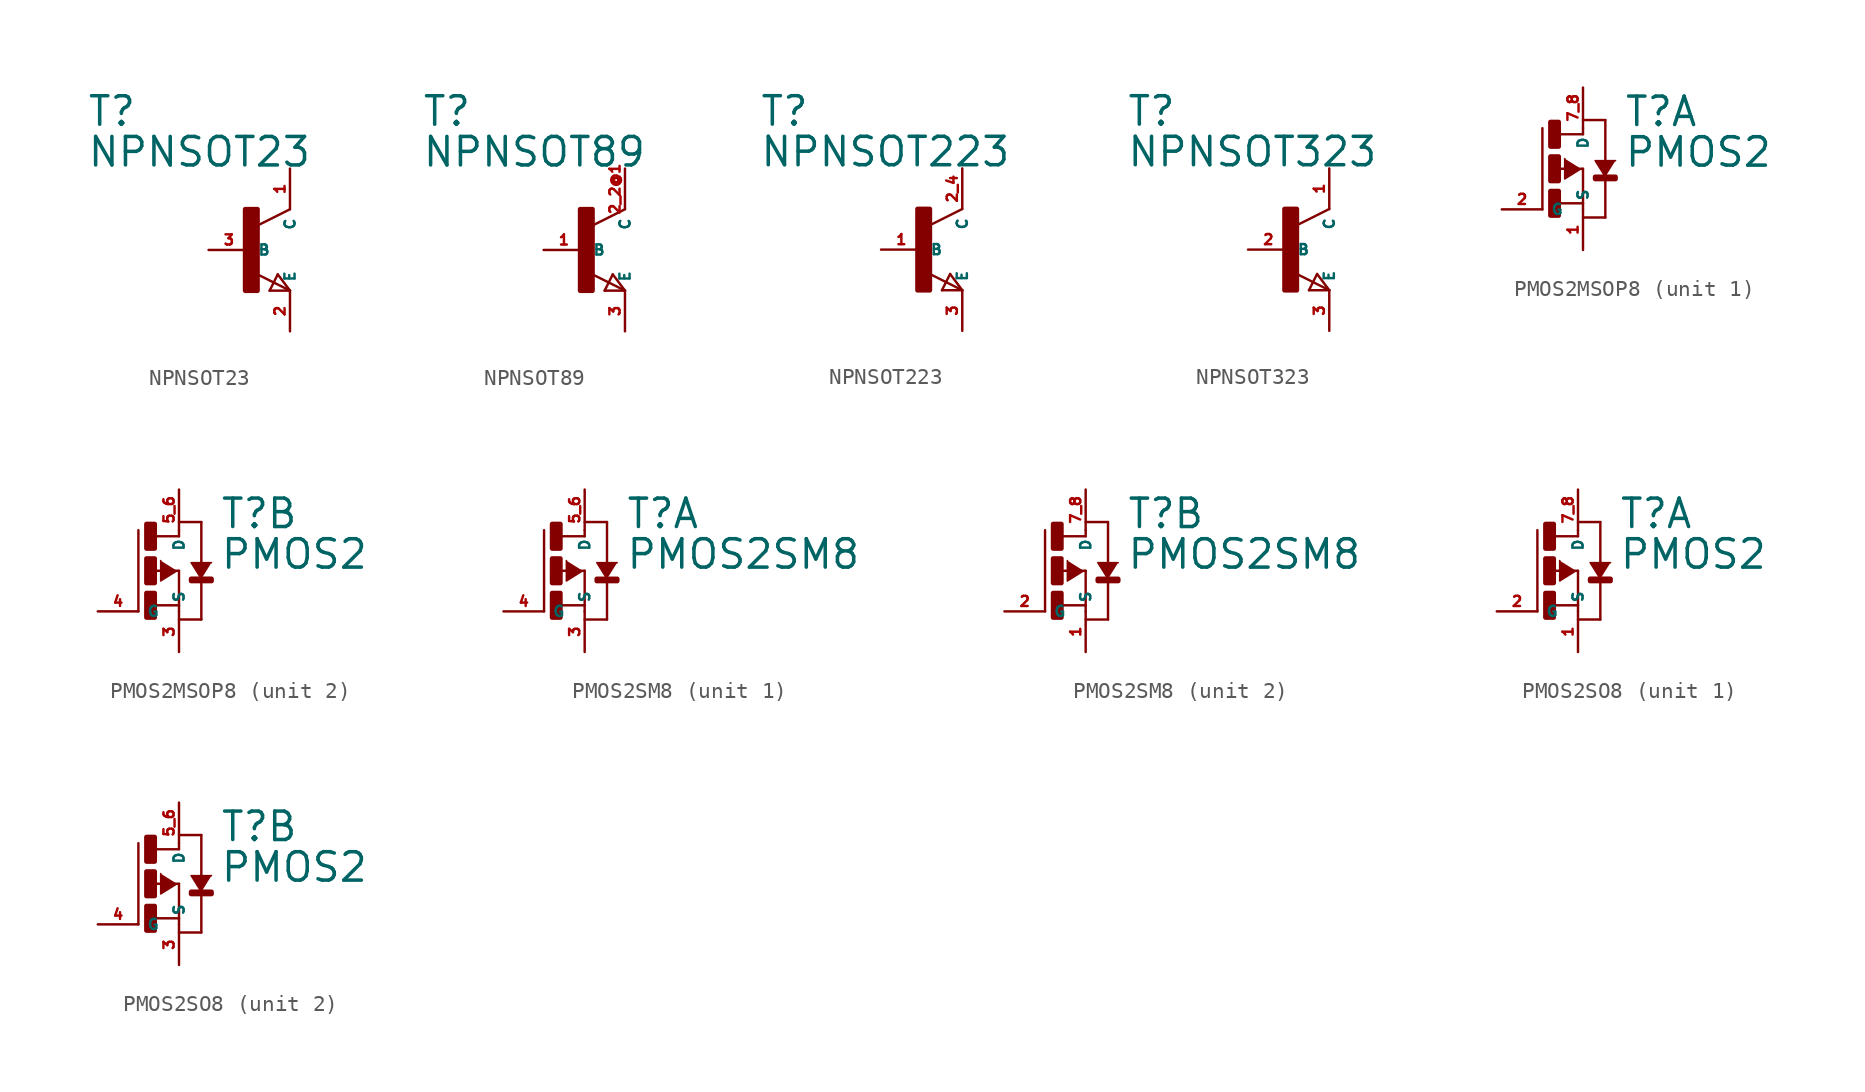
<source format=kicad_sym>
(kicad_symbol_lib
  (version 20220914)
  (generator Eagle2Kicad)
  (symbol "NPNSOT23"
    (property "Reference" "T"
      (at -10.16 7.62 0)
      (effects (font (size 1.778 1.778) (thickness 0.22)) (justify left bottom)))
    (property "Value" "NPNSOT23"
      (at -10.16 5.08 0)
      (effects (font (size 1.778 1.778) (thickness 0.22)) (justify left bottom)))
    (polyline
      (pts (xy 2.54 2.54) (xy 0.508 1.524))
      (stroke (width 0.152) (type default))
      (fill (type none)))
    (polyline
      (pts (xy 2.54 -2.54) (xy 0.508 -1.524))
      (stroke (width 0.152) (type default))
      (fill (type none)))
    (polyline
      (pts (xy 1.778 -1.524) (xy 2.54 -2.54))
      (stroke (width 0.152) (type default))
      (fill (type none)))
    (polyline
      (pts (xy 2.54 -2.54) (xy 1.27 -2.54))
      (stroke (width 0.152) (type default))
      (fill (type none)))
    (polyline
      (pts (xy 1.27 -2.54) (xy 1.778 -1.524))
      (stroke (width 0.152) (type default))
      (fill (type none)))
    (rectangle
      (start -0.254 -2.54)
      (end 0.508 2.54)
      (stroke (width 0.3) (type default))
      (fill (type outline)))
    (pin passive line
      (at -2.54 0 0)
      (length 2.54)
      (name "B" (effects (font (size 0.635 0.635) (thickness 0.08)) (justify left bottom)))
      (number "3" (effects (font (size 0.635 0.635) (thickness 0.08)) (justify left bottom))))
    (pin passive line
      (at 2.54 -5.08 90)
      (length 2.54)
      (name "E" (effects (font (size 0.635 0.635) (thickness 0.08)) (justify left bottom)))
      (number "2" (effects (font (size 0.635 0.635) (thickness 0.08)) (justify left bottom))))
    (pin passive line
      (at 2.54 5.08 270)
      (length 2.54)
      (name "C" (effects (font (size 0.635 0.635) (thickness 0.08)) (justify left bottom)))
      (number "1" (effects (font (size 0.635 0.635) (thickness 0.08)) (justify left bottom)))))
  (symbol "NPNSOT89"
    (property "Reference" "T"
      (at -10.16 7.62 0)
      (effects (font (size 1.778 1.778) (thickness 0.22)) (justify left bottom)))
    (property "Value" "NPNSOT89"
      (at -10.16 5.08 0)
      (effects (font (size 1.778 1.778) (thickness 0.22)) (justify left bottom)))
    (polyline
      (pts (xy 2.54 2.54) (xy 0.508 1.524))
      (stroke (width 0.152) (type default))
      (fill (type none)))
    (polyline
      (pts (xy 2.54 -2.54) (xy 0.508 -1.524))
      (stroke (width 0.152) (type default))
      (fill (type none)))
    (polyline
      (pts (xy 1.778 -1.524) (xy 2.54 -2.54))
      (stroke (width 0.152) (type default))
      (fill (type none)))
    (polyline
      (pts (xy 2.54 -2.54) (xy 1.27 -2.54))
      (stroke (width 0.152) (type default))
      (fill (type none)))
    (polyline
      (pts (xy 1.27 -2.54) (xy 1.778 -1.524))
      (stroke (width 0.152) (type default))
      (fill (type none)))
    (rectangle
      (start -0.254 -2.54)
      (end 0.508 2.54)
      (stroke (width 0.3) (type default))
      (fill (type outline)))
    (pin passive line
      (at -2.54 0 0)
      (length 2.54)
      (name "B" (effects (font (size 0.635 0.635) (thickness 0.08)) (justify left bottom)))
      (number "1" (effects (font (size 0.635 0.635) (thickness 0.08)) (justify left bottom))))
    (pin passive line
      (at 2.54 -5.08 90)
      (length 2.54)
      (name "E" (effects (font (size 0.635 0.635) (thickness 0.08)) (justify left bottom)))
      (number "3" (effects (font (size 0.635 0.635) (thickness 0.08)) (justify left bottom))))
    (pin passive line
      (at 2.54 5.08 270)
      (length 2.54)
      (name "C" (effects (font (size 0.635 0.635) (thickness 0.08)) (justify left bottom)))
      (number "2 2@1" (effects (font (size 0.635 0.635) (thickness 0.08)) (justify left bottom)))))
  (symbol "NPNSOT223"
    (property "Reference" "T"
      (at -10.16 7.62 0)
      (effects (font (size 1.778 1.778) (thickness 0.22)) (justify left bottom)))
    (property "Value" "NPNSOT223"
      (at -10.16 5.08 0)
      (effects (font (size 1.778 1.778) (thickness 0.22)) (justify left bottom)))
    (polyline
      (pts (xy 2.54 2.54) (xy 0.508 1.524))
      (stroke (width 0.152) (type default))
      (fill (type none)))
    (polyline
      (pts (xy 2.54 -2.54) (xy 0.508 -1.524))
      (stroke (width 0.152) (type default))
      (fill (type none)))
    (polyline
      (pts (xy 1.778 -1.524) (xy 2.54 -2.54))
      (stroke (width 0.152) (type default))
      (fill (type none)))
    (polyline
      (pts (xy 2.54 -2.54) (xy 1.27 -2.54))
      (stroke (width 0.152) (type default))
      (fill (type none)))
    (polyline
      (pts (xy 1.27 -2.54) (xy 1.778 -1.524))
      (stroke (width 0.152) (type default))
      (fill (type none)))
    (rectangle
      (start -0.254 -2.54)
      (end 0.508 2.54)
      (stroke (width 0.3) (type default))
      (fill (type outline)))
    (pin passive line
      (at -2.54 0 0)
      (length 2.54)
      (name "B" (effects (font (size 0.635 0.635) (thickness 0.08)) (justify left bottom)))
      (number "1" (effects (font (size 0.635 0.635) (thickness 0.08)) (justify left bottom))))
    (pin passive line
      (at 2.54 -5.08 90)
      (length 2.54)
      (name "E" (effects (font (size 0.635 0.635) (thickness 0.08)) (justify left bottom)))
      (number "3" (effects (font (size 0.635 0.635) (thickness 0.08)) (justify left bottom))))
    (pin passive line
      (at 2.54 5.08 270)
      (length 2.54)
      (name "C" (effects (font (size 0.635 0.635) (thickness 0.08)) (justify left bottom)))
      (number "2 4" (effects (font (size 0.635 0.635) (thickness 0.08)) (justify left bottom)))))
  (symbol "NPNSOT323"
    (property "Reference" "T"
      (at -10.16 7.62 0)
      (effects (font (size 1.778 1.778) (thickness 0.22)) (justify left bottom)))
    (property "Value" "NPNSOT323"
      (at -10.16 5.08 0)
      (effects (font (size 1.778 1.778) (thickness 0.22)) (justify left bottom)))
    (polyline
      (pts (xy 2.54 2.54) (xy 0.508 1.524))
      (stroke (width 0.152) (type default))
      (fill (type none)))
    (polyline
      (pts (xy 2.54 -2.54) (xy 0.508 -1.524))
      (stroke (width 0.152) (type default))
      (fill (type none)))
    (polyline
      (pts (xy 1.778 -1.524) (xy 2.54 -2.54))
      (stroke (width 0.152) (type default))
      (fill (type none)))
    (polyline
      (pts (xy 2.54 -2.54) (xy 1.27 -2.54))
      (stroke (width 0.152) (type default))
      (fill (type none)))
    (polyline
      (pts (xy 1.27 -2.54) (xy 1.778 -1.524))
      (stroke (width 0.152) (type default))
      (fill (type none)))
    (rectangle
      (start -0.254 -2.54)
      (end 0.508 2.54)
      (stroke (width 0.3) (type default))
      (fill (type outline)))
    (pin passive line
      (at -2.54 0 0)
      (length 2.54)
      (name "B" (effects (font (size 0.635 0.635) (thickness 0.08)) (justify left bottom)))
      (number "2" (effects (font (size 0.635 0.635) (thickness 0.08)) (justify left bottom))))
    (pin passive line
      (at 2.54 -5.08 90)
      (length 2.54)
      (name "E" (effects (font (size 0.635 0.635) (thickness 0.08)) (justify left bottom)))
      (number "3" (effects (font (size 0.635 0.635) (thickness 0.08)) (justify left bottom))))
    (pin passive line
      (at 2.54 5.08 270)
      (length 2.54)
      (name "C" (effects (font (size 0.635 0.635) (thickness 0.08)) (justify left bottom)))
      (number "1" (effects (font (size 0.635 0.635) (thickness 0.08)) (justify left bottom)))))
  (symbol "PMOS2MSOP8"
    (property "Reference" "T"
      (at 2.54 2.54 0)
      (effects (font (size 1.778 1.778) (thickness 0.22)) (justify left bottom)))
    (property "Value" "PMOS2"
      (at 2.54 0 0)
      (effects (font (size 1.778 1.778) (thickness 0.22)) (justify left bottom)))
    (symbol "PMOS2MSOP8_1_0"
      (polyline (pts (xy -0.127 0) (xy -1.143 -0.635) (xy -1.143 0.635)) (stroke (width 0.102) (type default)) (fill (type outline)))
      (polyline (pts (xy 1.397 -0.508) (xy 0.762 0.508) (xy 2.032 0.508)) (stroke (width 0.102) (type default)) (fill (type outline)))
      (polyline (pts (xy -1.651 0) (xy 0 0)) (stroke (width 0.152) (type default)) (fill (type none)))
      (polyline (pts (xy -1.524 -2.159) (xy 0 -2.159)) (stroke (width 0.152) (type default)) (fill (type none)))
      (polyline (pts (xy -2.54 -2.54) (xy -2.54 2.54)) (stroke (width 0.152) (type default)) (fill (type none)))
      (polyline (pts (xy 0 0) (xy 0 -2.159)) (stroke (width 0.152) (type default)) (fill (type none)))
      (polyline (pts (xy 1.397 -0.508) (xy 1.397 -3.048)) (stroke (width 0.152) (type default)) (fill (type none)))
      (polyline (pts (xy 1.397 -3.048) (xy 0 -3.048)) (stroke (width 0.152) (type default)) (fill (type none)))
      (polyline (pts (xy -1.524 2.159) (xy 0 2.159)) (stroke (width 0.152) (type default)) (fill (type none)))
      (polyline (pts (xy 0 2.159) (xy 0 2.54)) (stroke (width 0.152) (type default)) (fill (type none)))
      (polyline (pts (xy 0 3.048) (xy 1.397 3.048)) (stroke (width 0.152) (type default)) (fill (type none)))
      (polyline (pts (xy 1.397 3.048) (xy 1.397 0.381)) (stroke (width 0.152) (type default)) (fill (type none)))
      (polyline (pts (xy 0 -2.159) (xy 0 -2.54)) (stroke (width 0.152) (type default)) (fill (type none)))
      (rectangle (start -2.032 1.397) (end -1.524 2.921) (stroke (width 0.3) (type default)) (fill (type outline)))
      (rectangle (start -2.032 -0.762) (end -1.524 0.762) (stroke (width 0.3) (type default)) (fill (type outline)))
      (rectangle (start -2.032 -2.921) (end -1.524 -1.397) (stroke (width 0.3) (type default)) (fill (type outline)))
      (rectangle (start 0.762 -0.635) (end 2.032 -0.508) (stroke (width 0.3) (type default)) (fill (type outline)))
      (pin passive line (at 0 5.08 270) (length 2.54) (name "D" (effects (font (size 0.635 0.635) (thickness 0.08)) (justify left bottom))) (number "7 8" (effects (font (size 0.635 0.635) (thickness 0.08)) (justify left bottom))))
      (pin passive line (at 0 -5.08 90) (length 2.54) (name "S" (effects (font (size 0.635 0.635) (thickness 0.08)) (justify left bottom))) (number "1" (effects (font (size 0.635 0.635) (thickness 0.08)) (justify left bottom))))
      (pin passive line (at -5.08 -2.54 0) (length 2.54) (name "G" (effects (font (size 0.635 0.635) (thickness 0.08)) (justify left bottom))) (number "2" (effects (font (size 0.635 0.635) (thickness 0.08)) (justify left bottom)))))
    (symbol "PMOS2MSOP8_2_0"
      (polyline (pts (xy -0.127 0) (xy -1.143 -0.635) (xy -1.143 0.635)) (stroke (width 0.102) (type default)) (fill (type outline)))
      (polyline (pts (xy 1.397 -0.508) (xy 0.762 0.508) (xy 2.032 0.508)) (stroke (width 0.102) (type default)) (fill (type outline)))
      (polyline (pts (xy -1.651 0) (xy 0 0)) (stroke (width 0.152) (type default)) (fill (type none)))
      (polyline (pts (xy -1.524 -2.159) (xy 0 -2.159)) (stroke (width 0.152) (type default)) (fill (type none)))
      (polyline (pts (xy -2.54 -2.54) (xy -2.54 2.54)) (stroke (width 0.152) (type default)) (fill (type none)))
      (polyline (pts (xy 0 0) (xy 0 -2.159)) (stroke (width 0.152) (type default)) (fill (type none)))
      (polyline (pts (xy 1.397 -0.508) (xy 1.397 -3.048)) (stroke (width 0.152) (type default)) (fill (type none)))
      (polyline (pts (xy 1.397 -3.048) (xy 0 -3.048)) (stroke (width 0.152) (type default)) (fill (type none)))
      (polyline (pts (xy -1.524 2.159) (xy 0 2.159)) (stroke (width 0.152) (type default)) (fill (type none)))
      (polyline (pts (xy 0 2.159) (xy 0 2.54)) (stroke (width 0.152) (type default)) (fill (type none)))
      (polyline (pts (xy 0 3.048) (xy 1.397 3.048)) (stroke (width 0.152) (type default)) (fill (type none)))
      (polyline (pts (xy 1.397 3.048) (xy 1.397 0.381)) (stroke (width 0.152) (type default)) (fill (type none)))
      (polyline (pts (xy 0 -2.159) (xy 0 -2.54)) (stroke (width 0.152) (type default)) (fill (type none)))
      (rectangle (start -2.032 1.397) (end -1.524 2.921) (stroke (width 0.3) (type default)) (fill (type outline)))
      (rectangle (start -2.032 -0.762) (end -1.524 0.762) (stroke (width 0.3) (type default)) (fill (type outline)))
      (rectangle (start -2.032 -2.921) (end -1.524 -1.397) (stroke (width 0.3) (type default)) (fill (type outline)))
      (rectangle (start 0.762 -0.635) (end 2.032 -0.508) (stroke (width 0.3) (type default)) (fill (type outline)))
      (pin passive line (at 0 5.08 270) (length 2.54) (name "D" (effects (font (size 0.635 0.635) (thickness 0.08)) (justify left bottom))) (number "5 6" (effects (font (size 0.635 0.635) (thickness 0.08)) (justify left bottom))))
      (pin passive line (at 0 -5.08 90) (length 2.54) (name "S" (effects (font (size 0.635 0.635) (thickness 0.08)) (justify left bottom))) (number "3" (effects (font (size 0.635 0.635) (thickness 0.08)) (justify left bottom))))
      (pin passive line (at -5.08 -2.54 0) (length 2.54) (name "G" (effects (font (size 0.635 0.635) (thickness 0.08)) (justify left bottom))) (number "4" (effects (font (size 0.635 0.635) (thickness 0.08)) (justify left bottom))))))
  (symbol "PMOS2SM8"
    (property "Reference" "T"
      (at 2.54 2.54 0)
      (effects (font (size 1.778 1.778) (thickness 0.22)) (justify left bottom)))
    (property "Value" "PMOS2SM8"
      (at 2.54 0 0)
      (effects (font (size 1.778 1.778) (thickness 0.22)) (justify left bottom)))
    (symbol "PMOS2SM8_1_0"
      (polyline (pts (xy -0.127 0) (xy -1.143 -0.635) (xy -1.143 0.635)) (stroke (width 0.102) (type default)) (fill (type outline)))
      (polyline (pts (xy 1.397 -0.508) (xy 0.762 0.508) (xy 2.032 0.508)) (stroke (width 0.102) (type default)) (fill (type outline)))
      (polyline (pts (xy -1.651 0) (xy 0 0)) (stroke (width 0.152) (type default)) (fill (type none)))
      (polyline (pts (xy -1.524 -2.159) (xy 0 -2.159)) (stroke (width 0.152) (type default)) (fill (type none)))
      (polyline (pts (xy -2.54 -2.54) (xy -2.54 2.54)) (stroke (width 0.152) (type default)) (fill (type none)))
      (polyline (pts (xy 0 0) (xy 0 -2.159)) (stroke (width 0.152) (type default)) (fill (type none)))
      (polyline (pts (xy 1.397 -0.508) (xy 1.397 -3.048)) (stroke (width 0.152) (type default)) (fill (type none)))
      (polyline (pts (xy 1.397 -3.048) (xy 0 -3.048)) (stroke (width 0.152) (type default)) (fill (type none)))
      (polyline (pts (xy -1.524 2.159) (xy 0 2.159)) (stroke (width 0.152) (type default)) (fill (type none)))
      (polyline (pts (xy 0 2.159) (xy 0 2.54)) (stroke (width 0.152) (type default)) (fill (type none)))
      (polyline (pts (xy 0 3.048) (xy 1.397 3.048)) (stroke (width 0.152) (type default)) (fill (type none)))
      (polyline (pts (xy 1.397 3.048) (xy 1.397 0.381)) (stroke (width 0.152) (type default)) (fill (type none)))
      (polyline (pts (xy 0 -2.159) (xy 0 -2.54)) (stroke (width 0.152) (type default)) (fill (type none)))
      (rectangle (start -2.032 1.397) (end -1.524 2.921) (stroke (width 0.3) (type default)) (fill (type outline)))
      (rectangle (start -2.032 -0.762) (end -1.524 0.762) (stroke (width 0.3) (type default)) (fill (type outline)))
      (rectangle (start -2.032 -2.921) (end -1.524 -1.397) (stroke (width 0.3) (type default)) (fill (type outline)))
      (rectangle (start 0.762 -0.635) (end 2.032 -0.508) (stroke (width 0.3) (type default)) (fill (type outline)))
      (pin passive line (at 0 5.08 270) (length 2.54) (name "D" (effects (font (size 0.635 0.635) (thickness 0.08)) (justify left bottom))) (number "5 6" (effects (font (size 0.635 0.635) (thickness 0.08)) (justify left bottom))))
      (pin passive line (at 0 -5.08 90) (length 2.54) (name "S" (effects (font (size 0.635 0.635) (thickness 0.08)) (justify left bottom))) (number "3" (effects (font (size 0.635 0.635) (thickness 0.08)) (justify left bottom))))
      (pin passive line (at -5.08 -2.54 0) (length 2.54) (name "G" (effects (font (size 0.635 0.635) (thickness 0.08)) (justify left bottom))) (number "4" (effects (font (size 0.635 0.635) (thickness 0.08)) (justify left bottom)))))
    (symbol "PMOS2SM8_2_0"
      (polyline (pts (xy -0.127 0) (xy -1.143 -0.635) (xy -1.143 0.635)) (stroke (width 0.102) (type default)) (fill (type outline)))
      (polyline (pts (xy 1.397 -0.508) (xy 0.762 0.508) (xy 2.032 0.508)) (stroke (width 0.102) (type default)) (fill (type outline)))
      (polyline (pts (xy -1.651 0) (xy 0 0)) (stroke (width 0.152) (type default)) (fill (type none)))
      (polyline (pts (xy -1.524 -2.159) (xy 0 -2.159)) (stroke (width 0.152) (type default)) (fill (type none)))
      (polyline (pts (xy -2.54 -2.54) (xy -2.54 2.54)) (stroke (width 0.152) (type default)) (fill (type none)))
      (polyline (pts (xy 0 0) (xy 0 -2.159)) (stroke (width 0.152) (type default)) (fill (type none)))
      (polyline (pts (xy 1.397 -0.508) (xy 1.397 -3.048)) (stroke (width 0.152) (type default)) (fill (type none)))
      (polyline (pts (xy 1.397 -3.048) (xy 0 -3.048)) (stroke (width 0.152) (type default)) (fill (type none)))
      (polyline (pts (xy -1.524 2.159) (xy 0 2.159)) (stroke (width 0.152) (type default)) (fill (type none)))
      (polyline (pts (xy 0 2.159) (xy 0 2.54)) (stroke (width 0.152) (type default)) (fill (type none)))
      (polyline (pts (xy 0 3.048) (xy 1.397 3.048)) (stroke (width 0.152) (type default)) (fill (type none)))
      (polyline (pts (xy 1.397 3.048) (xy 1.397 0.381)) (stroke (width 0.152) (type default)) (fill (type none)))
      (polyline (pts (xy 0 -2.159) (xy 0 -2.54)) (stroke (width 0.152) (type default)) (fill (type none)))
      (rectangle (start -2.032 1.397) (end -1.524 2.921) (stroke (width 0.3) (type default)) (fill (type outline)))
      (rectangle (start -2.032 -0.762) (end -1.524 0.762) (stroke (width 0.3) (type default)) (fill (type outline)))
      (rectangle (start -2.032 -2.921) (end -1.524 -1.397) (stroke (width 0.3) (type default)) (fill (type outline)))
      (rectangle (start 0.762 -0.635) (end 2.032 -0.508) (stroke (width 0.3) (type default)) (fill (type outline)))
      (pin passive line (at 0 5.08 270) (length 2.54) (name "D" (effects (font (size 0.635 0.635) (thickness 0.08)) (justify left bottom))) (number "7 8" (effects (font (size 0.635 0.635) (thickness 0.08)) (justify left bottom))))
      (pin passive line (at 0 -5.08 90) (length 2.54) (name "S" (effects (font (size 0.635 0.635) (thickness 0.08)) (justify left bottom))) (number "1" (effects (font (size 0.635 0.635) (thickness 0.08)) (justify left bottom))))
      (pin passive line (at -5.08 -2.54 0) (length 2.54) (name "G" (effects (font (size 0.635 0.635) (thickness 0.08)) (justify left bottom))) (number "2" (effects (font (size 0.635 0.635) (thickness 0.08)) (justify left bottom))))))
  (symbol "PMOS2SO8"
    (property "Reference" "T"
      (at 2.54 2.54 0)
      (effects (font (size 1.778 1.778) (thickness 0.22)) (justify left bottom)))
    (property "Value" "PMOS2"
      (at 2.54 0 0)
      (effects (font (size 1.778 1.778) (thickness 0.22)) (justify left bottom)))
    (symbol "PMOS2SO8_1_0"
      (polyline (pts (xy -0.127 0) (xy -1.143 -0.635) (xy -1.143 0.635)) (stroke (width 0.102) (type default)) (fill (type outline)))
      (polyline (pts (xy 1.397 -0.508) (xy 0.762 0.508) (xy 2.032 0.508)) (stroke (width 0.102) (type default)) (fill (type outline)))
      (polyline (pts (xy -1.651 0) (xy 0 0)) (stroke (width 0.152) (type default)) (fill (type none)))
      (polyline (pts (xy -1.524 -2.159) (xy 0 -2.159)) (stroke (width 0.152) (type default)) (fill (type none)))
      (polyline (pts (xy -2.54 -2.54) (xy -2.54 2.54)) (stroke (width 0.152) (type default)) (fill (type none)))
      (polyline (pts (xy 0 0) (xy 0 -2.159)) (stroke (width 0.152) (type default)) (fill (type none)))
      (polyline (pts (xy 1.397 -0.508) (xy 1.397 -3.048)) (stroke (width 0.152) (type default)) (fill (type none)))
      (polyline (pts (xy 1.397 -3.048) (xy 0 -3.048)) (stroke (width 0.152) (type default)) (fill (type none)))
      (polyline (pts (xy -1.524 2.159) (xy 0 2.159)) (stroke (width 0.152) (type default)) (fill (type none)))
      (polyline (pts (xy 0 2.159) (xy 0 2.54)) (stroke (width 0.152) (type default)) (fill (type none)))
      (polyline (pts (xy 0 3.048) (xy 1.397 3.048)) (stroke (width 0.152) (type default)) (fill (type none)))
      (polyline (pts (xy 1.397 3.048) (xy 1.397 0.381)) (stroke (width 0.152) (type default)) (fill (type none)))
      (polyline (pts (xy 0 -2.159) (xy 0 -2.54)) (stroke (width 0.152) (type default)) (fill (type none)))
      (rectangle (start -2.032 1.397) (end -1.524 2.921) (stroke (width 0.3) (type default)) (fill (type outline)))
      (rectangle (start -2.032 -0.762) (end -1.524 0.762) (stroke (width 0.3) (type default)) (fill (type outline)))
      (rectangle (start -2.032 -2.921) (end -1.524 -1.397) (stroke (width 0.3) (type default)) (fill (type outline)))
      (rectangle (start 0.762 -0.635) (end 2.032 -0.508) (stroke (width 0.3) (type default)) (fill (type outline)))
      (pin passive line (at 0 5.08 270) (length 2.54) (name "D" (effects (font (size 0.635 0.635) (thickness 0.08)) (justify left bottom))) (number "7 8" (effects (font (size 0.635 0.635) (thickness 0.08)) (justify left bottom))))
      (pin passive line (at 0 -5.08 90) (length 2.54) (name "S" (effects (font (size 0.635 0.635) (thickness 0.08)) (justify left bottom))) (number "1" (effects (font (size 0.635 0.635) (thickness 0.08)) (justify left bottom))))
      (pin passive line (at -5.08 -2.54 0) (length 2.54) (name "G" (effects (font (size 0.635 0.635) (thickness 0.08)) (justify left bottom))) (number "2" (effects (font (size 0.635 0.635) (thickness 0.08)) (justify left bottom)))))
    (symbol "PMOS2SO8_2_0"
      (polyline (pts (xy -0.127 0) (xy -1.143 -0.635) (xy -1.143 0.635)) (stroke (width 0.102) (type default)) (fill (type outline)))
      (polyline (pts (xy 1.397 -0.508) (xy 0.762 0.508) (xy 2.032 0.508)) (stroke (width 0.102) (type default)) (fill (type outline)))
      (polyline (pts (xy -1.651 0) (xy 0 0)) (stroke (width 0.152) (type default)) (fill (type none)))
      (polyline (pts (xy -1.524 -2.159) (xy 0 -2.159)) (stroke (width 0.152) (type default)) (fill (type none)))
      (polyline (pts (xy -2.54 -2.54) (xy -2.54 2.54)) (stroke (width 0.152) (type default)) (fill (type none)))
      (polyline (pts (xy 0 0) (xy 0 -2.159)) (stroke (width 0.152) (type default)) (fill (type none)))
      (polyline (pts (xy 1.397 -0.508) (xy 1.397 -3.048)) (stroke (width 0.152) (type default)) (fill (type none)))
      (polyline (pts (xy 1.397 -3.048) (xy 0 -3.048)) (stroke (width 0.152) (type default)) (fill (type none)))
      (polyline (pts (xy -1.524 2.159) (xy 0 2.159)) (stroke (width 0.152) (type default)) (fill (type none)))
      (polyline (pts (xy 0 2.159) (xy 0 2.54)) (stroke (width 0.152) (type default)) (fill (type none)))
      (polyline (pts (xy 0 3.048) (xy 1.397 3.048)) (stroke (width 0.152) (type default)) (fill (type none)))
      (polyline (pts (xy 1.397 3.048) (xy 1.397 0.381)) (stroke (width 0.152) (type default)) (fill (type none)))
      (polyline (pts (xy 0 -2.159) (xy 0 -2.54)) (stroke (width 0.152) (type default)) (fill (type none)))
      (rectangle (start -2.032 1.397) (end -1.524 2.921) (stroke (width 0.3) (type default)) (fill (type outline)))
      (rectangle (start -2.032 -0.762) (end -1.524 0.762) (stroke (width 0.3) (type default)) (fill (type outline)))
      (rectangle (start -2.032 -2.921) (end -1.524 -1.397) (stroke (width 0.3) (type default)) (fill (type outline)))
      (rectangle (start 0.762 -0.635) (end 2.032 -0.508) (stroke (width 0.3) (type default)) (fill (type outline)))
      (pin passive line (at 0 5.08 270) (length 2.54) (name "D" (effects (font (size 0.635 0.635) (thickness 0.08)) (justify left bottom))) (number "5 6" (effects (font (size 0.635 0.635) (thickness 0.08)) (justify left bottom))))
      (pin passive line (at 0 -5.08 90) (length 2.54) (name "S" (effects (font (size 0.635 0.635) (thickness 0.08)) (justify left bottom))) (number "3" (effects (font (size 0.635 0.635) (thickness 0.08)) (justify left bottom))))
      (pin passive line (at -5.08 -2.54 0) (length 2.54) (name "G" (effects (font (size 0.635 0.635) (thickness 0.08)) (justify left bottom))) (number "4" (effects (font (size 0.635 0.635) (thickness 0.08)) (justify left bottom)))))))
</source>
